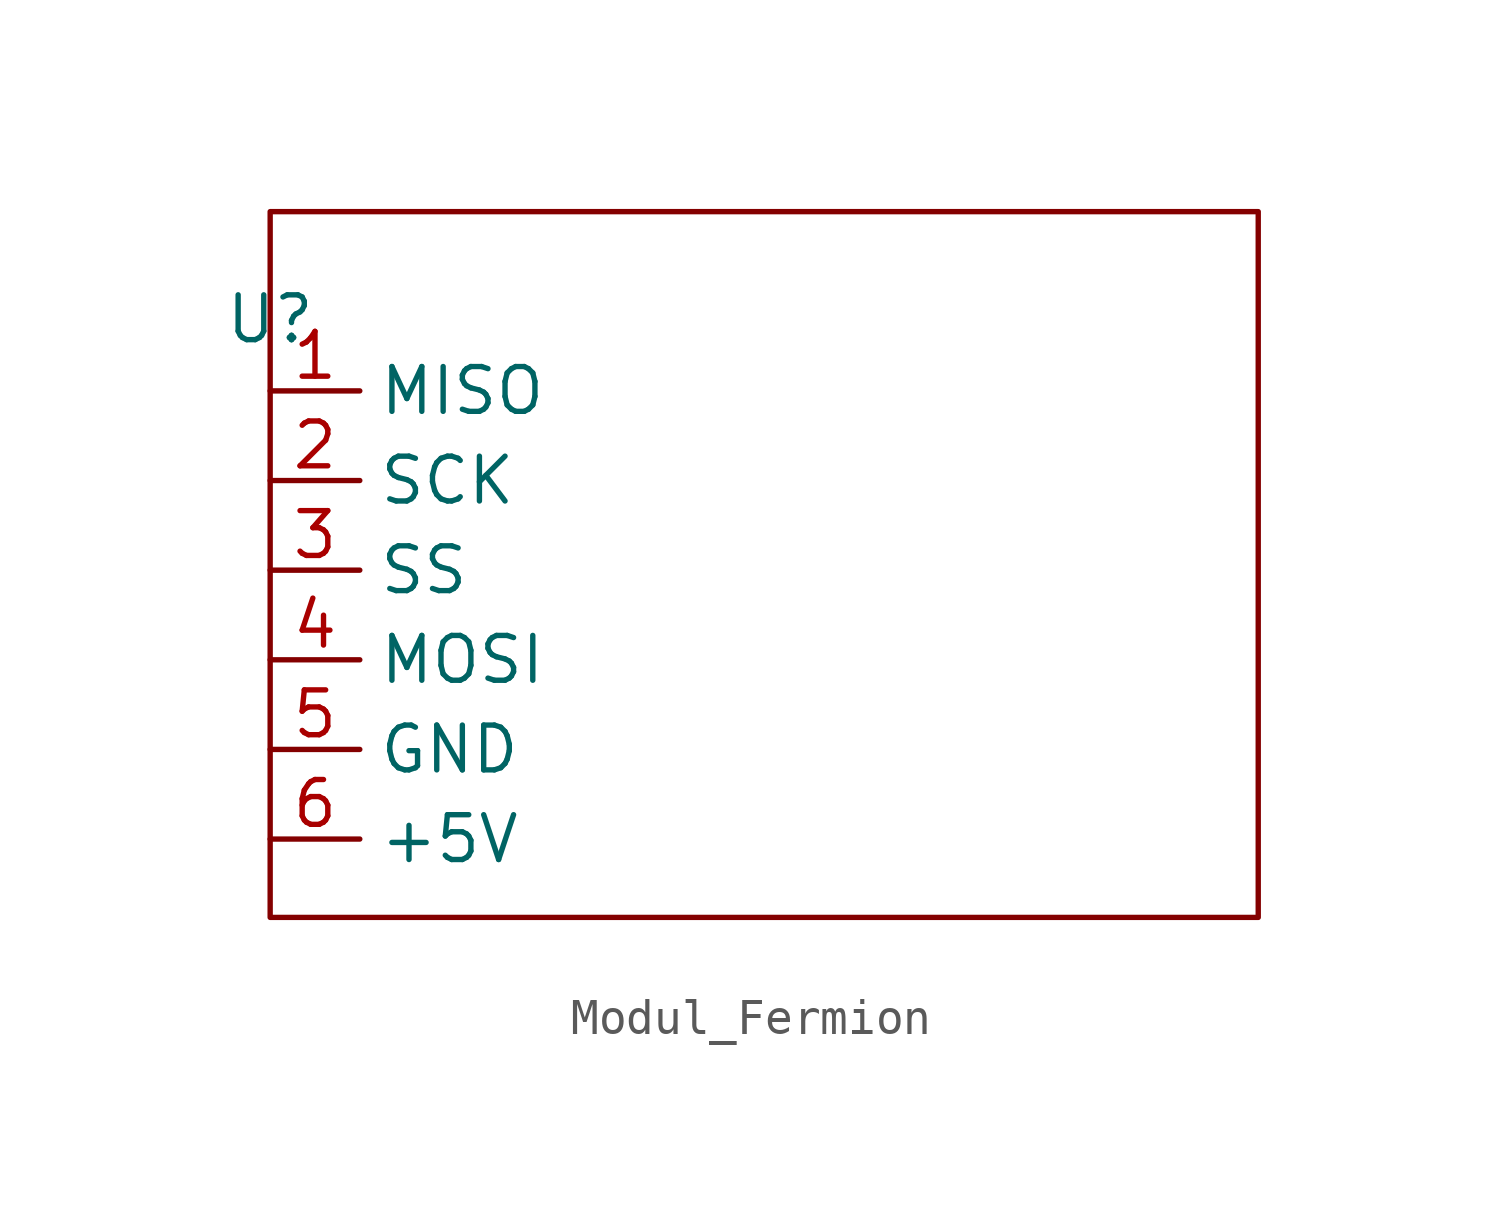
<source format=kicad_sym>
(kicad_symbol_lib
  (version 20231120)
  (generator "kicad_symbol_editor")
  (generator_version "8.0")
  (symbol "Modul_Fermion"
    (property "Reference" "U"
      (at 0 2.032 0)
      (effects (font (size 1.27 1.27))))
    (property "Value" ""
      (at 0 0 0)
      (effects (font (size 1.27 1.27))))
    (symbol "Modul_Fermion_0_1"
      (rectangle (start 0 5.08) (end 28 -14.92) (stroke (width 0) (type default)) (fill (type none))))
    (symbol "Modul_Fermion_1_1"
      (pin input line (at 0 0 0) (length 2.54) (name "MISO" (effects (font (size 1.27 1.27)))) (number "1" (effects (font (size 1.27 1.27)))))
      (pin input line (at 0 -2.54 0) (length 2.54) (name "SCK" (effects (font (size 1.27 1.27)))) (number "2" (effects (font (size 1.27 1.27)))))
      (pin input line (at 0 -5.08 0) (length 2.54) (name "SS" (effects (font (size 1.27 1.27)))) (number "3" (effects (font (size 1.27 1.27)))))
      (pin input line (at 0 -7.62 0) (length 2.54) (name "MOSI" (effects (font (size 1.27 1.27)))) (number "4" (effects (font (size 1.27 1.27)))))
      (pin input line (at 0 -10.16 0) (length 2.54) (name "GND" (effects (font (size 1.27 1.27)))) (number "5" (effects (font (size 1.27 1.27)))))
      (pin input line (at 0 -12.7 0) (length 2.54) (name "+5V" (effects (font (size 1.27 1.27)))) (number "6" (effects (font (size 1.27 1.27))))))))
</source>
